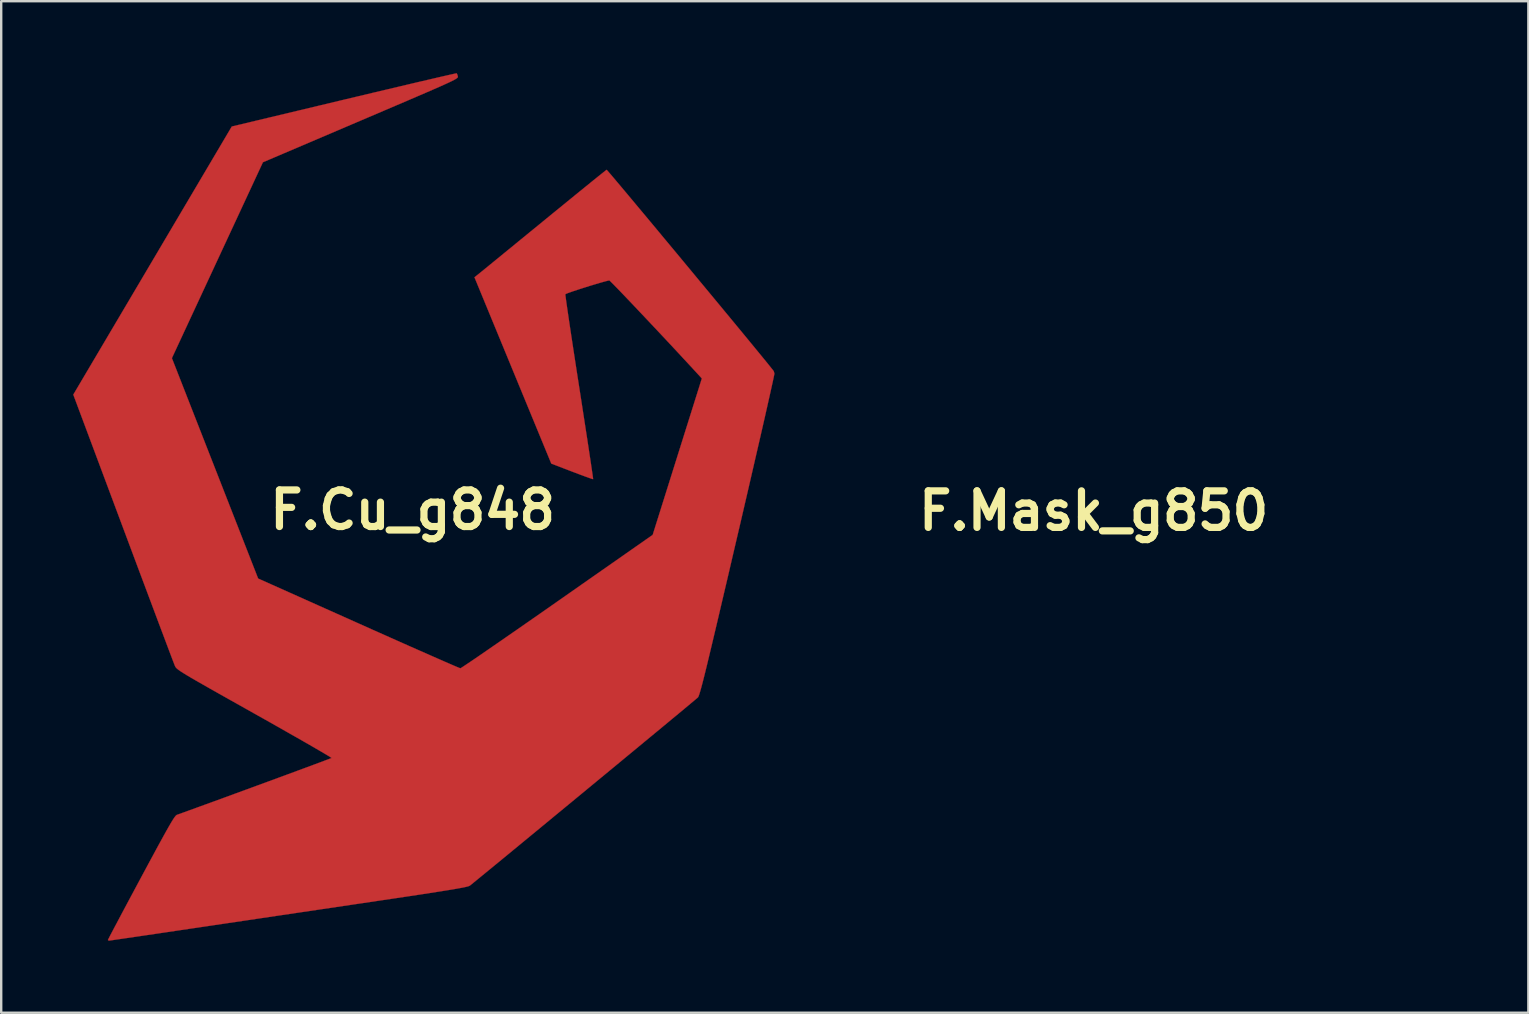
<source format=kicad_pcb>
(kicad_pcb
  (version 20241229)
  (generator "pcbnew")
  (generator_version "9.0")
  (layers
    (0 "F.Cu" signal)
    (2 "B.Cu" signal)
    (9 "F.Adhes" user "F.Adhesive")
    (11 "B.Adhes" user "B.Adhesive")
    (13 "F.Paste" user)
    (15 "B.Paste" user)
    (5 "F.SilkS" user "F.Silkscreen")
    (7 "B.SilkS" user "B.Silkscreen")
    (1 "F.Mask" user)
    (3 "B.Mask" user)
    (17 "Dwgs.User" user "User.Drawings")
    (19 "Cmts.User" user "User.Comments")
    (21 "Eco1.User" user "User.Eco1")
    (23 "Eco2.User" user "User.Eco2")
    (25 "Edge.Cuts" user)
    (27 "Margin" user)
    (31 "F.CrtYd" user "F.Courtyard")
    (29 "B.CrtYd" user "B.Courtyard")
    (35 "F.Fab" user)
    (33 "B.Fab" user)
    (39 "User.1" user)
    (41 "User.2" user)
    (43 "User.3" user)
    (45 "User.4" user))
  (footprint "F.Mask_g850"
    (layer "F.Cu")
    (at 42.534 18.243)
    (property "Reference" "F.Mask_g850" (at 0 0 0) (layer "F.SilkS") (effects (font (size 1.524 1.524) (thickness 0.3))))
    (attr through_hole)
    (fp_poly (pts (xy 10.718 -14.541) (xy 12.915 -10.15) (xy 15.112 -5.759) (xy 14.993 -5.698) (xy 14.875 -5.636) (xy 11.473 -9.718) (xy 11.048 -10.228) (xy 10.638 -10.72) (xy 10.246 -11.189) (xy 9.876 -11.632) (xy 9.53 -12.045) (xy 9.212 -12.424) (xy 8.926 -12.765) (xy 8.674 -13.065) (xy 8.459 -13.319) (xy 8.286 -13.523) (xy 8.157 -13.674) (xy 8.076 -13.768) (xy 8.045 -13.801) (xy 8.045 -13.801) (xy 8.008 -13.775) (xy 7.912 -13.7) (xy 7.763 -13.581) (xy 7.567 -13.424) (xy 7.33 -13.232) (xy 7.058 -13.012) (xy 6.758 -12.768) (xy 6.434 -12.505) (xy 6.095 -12.228) (xy 5.744 -11.943) (xy 5.39 -11.653) (xy 5.037 -11.365) (xy 4.693 -11.083) (xy 4.362 -10.812) (xy 4.052 -10.557) (xy 3.768 -10.323) (xy 3.516 -10.115) (xy 3.303 -9.938) (xy 3.134 -9.797) (xy 3.016 -9.697) (xy 2.955 -9.644) (xy 2.948 -9.636) (xy 2.957 -9.587) (xy 2.999 -9.462) (xy 3.073 -9.26) (xy 3.179 -8.985) (xy 3.316 -8.636) (xy 3.484 -8.215) (xy 3.682 -7.723) (xy 3.91 -7.162) (xy 4.168 -6.532) (xy 4.445 -5.858) (xy 5.978 -2.132) (xy 6.572 -1.912) (xy 6.78 -1.836) (xy 6.959 -1.773) (xy 7.094 -1.73) (xy 7.172 -1.709) (xy 7.184 -1.709) (xy 7.18 -1.752) (xy 7.164 -1.874) (xy 7.137 -2.066) (xy 7.099 -2.325) (xy 7.052 -2.643) (xy 6.996 -3.015) (xy 6.933 -3.434) (xy 6.862 -3.895) (xy 6.786 -4.391) (xy 6.705 -4.917) (xy 6.628 -5.411) (xy 6.542 -5.959) (xy 6.461 -6.485) (xy 6.384 -6.981) (xy 6.313 -7.441) (xy 6.248 -7.86) (xy 6.192 -8.231) (xy 6.143 -8.548) (xy 6.104 -8.805) (xy 6.076 -8.996) (xy 6.059 -9.115) (xy 6.054 -9.155) (xy 6.085 -9.185) (xy 6.182 -9.23) (xy 6.347 -9.291) (xy 6.585 -9.37) (xy 6.899 -9.469) (xy 7.131 -9.539) (xy 7.421 -9.626) (xy 7.686 -9.704) (xy 7.915 -9.77) (xy 8.097 -9.82) (xy 8.219 -9.853) (xy 8.271 -9.864) (xy 8.309 -9.833) (xy 8.401 -9.746) (xy 8.54 -9.607) (xy 8.723 -9.42) (xy 8.943 -9.192) (xy 9.198 -8.926) (xy 9.481 -8.628) (xy 9.788 -8.303) (xy 10.114 -7.956) (xy 10.344 -7.711) (xy 12.354 -5.558) (xy 11.297 -2.197) (xy 11.128 -1.66) (xy 10.966 -1.152) (xy 10.814 -0.677) (xy 10.674 -0.242) (xy 10.547 0.148) (xy 10.435 0.487) (xy 10.34 0.77) (xy 10.263 0.991) (xy 10.208 1.144) (xy 10.175 1.224) (xy 10.168 1.235) (xy 10.127 1.265) (xy 10.022 1.34) (xy 9.858 1.457) (xy 9.641 1.61) (xy 9.375 1.797) (xy 9.066 2.014) (xy 8.72 2.257) (xy 8.341 2.522) (xy 7.936 2.807) (xy 7.508 3.106) (xy 7.065 3.416) (xy 6.61 3.734) (xy 6.149 4.056) (xy 5.688 4.378) (xy 5.232 4.697) (xy 4.786 5.008) (xy 4.356 5.308) (xy 3.946 5.594) (xy 3.563 5.861) (xy 3.211 6.106) (xy 2.895 6.325) (xy 2.622 6.515) (xy 2.396 6.672) (xy 2.222 6.791) (xy 2.107 6.87) (xy 2.054 6.905) (xy 2.053 6.906) (xy 2.01 6.892) (xy 1.894 6.845) (xy 1.711 6.769) (xy 1.465 6.664) (xy 1.163 6.533) (xy 0.808 6.378) (xy 0.405 6.201) (xy -0.04 6.006) (xy -0.523 5.792) (xy -1.038 5.564) (xy -1.58 5.322) (xy -2.146 5.07) (xy -2.286 5.007) (xy -2.857 4.752) (xy -3.406 4.506) (xy -3.929 4.271) (xy -4.42 4.049) (xy -4.875 3.844) (xy -5.289 3.656) (xy -5.657 3.489) (xy -5.973 3.345) (xy -6.234 3.225) (xy -6.433 3.132) (xy -6.565 3.069) (xy -6.627 3.038) (xy -6.631 3.035) (xy -6.653 2.989) (xy -6.703 2.87) (xy -6.78 2.683) (xy -6.88 2.436) (xy -7 2.134) (xy -7.14 1.783) (xy -7.296 1.389) (xy -7.467 0.958) (xy -7.649 0.496) (xy -7.841 0.008) (xy -8.039 -0.498) (xy -8.243 -1.018) (xy -8.449 -1.545) (xy -8.655 -2.073) (xy -8.86 -2.597) (xy -9.059 -3.11) (xy -9.252 -3.606) (xy -9.436 -4.079) (xy -9.608 -4.524) (xy -9.766 -4.935) (xy -9.908 -5.305) (xy -10.032 -5.629) (xy -10.135 -5.9) (xy -10.214 -6.112) (xy -10.268 -6.261) (xy -10.295 -6.339) (xy -10.297 -6.349) (xy -10.279 -6.397) (xy -10.227 -6.516) (xy -10.145 -6.699) (xy -10.035 -6.94) (xy -9.901 -7.234) (xy -9.745 -7.573) (xy -9.571 -7.953) (xy -9.38 -8.366) (xy -9.176 -8.808) (xy -8.961 -9.271) (xy -8.739 -9.749) (xy -8.512 -10.238) (xy -8.283 -10.729) (xy -8.056 -11.218) (xy -7.832 -11.698) (xy -7.614 -12.164) (xy -7.406 -12.608) (xy -7.21 -13.025) (xy -7.03 -13.409) (xy -6.867 -13.754) (xy -6.726 -14.053) (xy -6.607 -14.301) (xy -6.516 -14.491) (xy -6.453 -14.618) (xy -6.423 -14.675) (xy -6.422 -14.677) (xy -6.377 -14.7) (xy -6.259 -14.754) (xy -6.073 -14.837) (xy -5.825 -14.946) (xy -5.52 -15.079) (xy -5.163 -15.234) (xy -4.758 -15.409) (xy -4.312 -15.601) (xy -3.829 -15.809) (xy -3.315 -16.029) (xy -2.774 -16.261) (xy -2.253 -16.483) (xy 1.865 -18.238) (xy 10.718 -14.541)) (stroke (width 0.01) (type solid)) (fill yes) (layer "F.Mask")))
  (footprint "F.Cu_g848"
    (layer "F.Cu")
    (at 14.149 18.206)
    (property "Reference" "F.Cu_g848" (at 0 0 0) (layer "F.SilkS") (effects (font (size 1.524 1.524) (thickness 0.3))))
    (attr through_hole)
    (fp_poly (pts (xy 1.86 -18.15) (xy 1.883 -18.075) (xy 1.886 -18.058) (xy 1.883 -18.04) (xy 1.87 -18.019) (xy 1.842 -17.995) (xy 1.796 -17.964) (xy 1.726 -17.925) (xy 1.629 -17.875) (xy 1.499 -17.813) (xy 1.333 -17.737) (xy 1.127 -17.644) (xy 0.875 -17.534) (xy 0.573 -17.403) (xy 0.218 -17.25) (xy -0.195 -17.072) (xy -0.671 -16.869) (xy -1.214 -16.637) (xy -1.828 -16.375) (xy -2.166 -16.231) (xy -6.241 -14.493) (xy -8.138 -10.411) (xy -10.035 -6.329) (xy -8.237 -1.736) (xy -6.44 2.857) (xy -2.257 4.728) (xy -1.694 4.98) (xy -1.152 5.221) (xy -0.637 5.451) (xy -0.152 5.666) (xy 0.296 5.864) (xy 0.702 6.043) (xy 1.063 6.202) (xy 1.371 6.337) (xy 1.623 6.446) (xy 1.813 6.528) (xy 1.937 6.579) (xy 1.989 6.598) (xy 1.99 6.599) (xy 2.032 6.575) (xy 2.139 6.505) (xy 2.307 6.393) (xy 2.531 6.242) (xy 2.806 6.054) (xy 3.128 5.832) (xy 3.494 5.58) (xy 3.897 5.301) (xy 4.335 4.998) (xy 4.802 4.673) (xy 5.294 4.331) (xy 5.807 3.973) (xy 6.029 3.817) (xy 10.005 1.037) (xy 12.054 -5.482) (xy 11.879 -5.673) (xy 11.613 -5.962) (xy 11.326 -6.271) (xy 11.025 -6.596) (xy 10.714 -6.929) (xy 10.399 -7.266) (xy 10.085 -7.6) (xy 9.778 -7.926) (xy 9.482 -8.239) (xy 9.205 -8.532) (xy 8.95 -8.8) (xy 8.724 -9.037) (xy 8.531 -9.237) (xy 8.377 -9.395) (xy 8.267 -9.505) (xy 8.208 -9.561) (xy 8.199 -9.568) (xy 8.13 -9.556) (xy 8 -9.522) (xy 7.821 -9.472) (xy 7.609 -9.409) (xy 7.377 -9.339) (xy 7.14 -9.264) (xy 6.911 -9.191) (xy 6.705 -9.123) (xy 6.536 -9.064) (xy 6.418 -9.02) (xy 6.365 -8.994) (xy 6.364 -8.993) (xy 6.368 -8.945) (xy 6.384 -8.819) (xy 6.411 -8.621) (xy 6.449 -8.358) (xy 6.496 -8.035) (xy 6.552 -7.658) (xy 6.616 -7.233) (xy 6.687 -6.767) (xy 6.764 -6.264) (xy 6.846 -5.731) (xy 6.933 -5.174) (xy 6.941 -5.122) (xy 7.028 -4.564) (xy 7.11 -4.03) (xy 7.188 -3.526) (xy 7.26 -3.059) (xy 7.325 -2.633) (xy 7.382 -2.255) (xy 7.431 -1.93) (xy 7.47 -1.665) (xy 7.499 -1.465) (xy 7.517 -1.337) (xy 7.522 -1.286) (xy 7.522 -1.285) (xy 7.48 -1.295) (xy 7.371 -1.332) (xy 7.206 -1.391) (xy 6.997 -1.468) (xy 6.754 -1.56) (xy 6.643 -1.602) (xy 5.779 -1.933) (xy 4.178 -5.816) (xy 2.577 -9.699) (xy 2.691 -9.789) (xy 2.741 -9.829) (xy 2.852 -9.919) (xy 3.018 -10.054) (xy 3.233 -10.23) (xy 3.494 -10.443) (xy 3.793 -10.688) (xy 4.128 -10.961) (xy 4.491 -11.259) (xy 4.879 -11.576) (xy 5.286 -11.908) (xy 5.435 -12.03) (xy 5.844 -12.365) (xy 6.235 -12.683) (xy 6.601 -12.982) (xy 6.938 -13.257) (xy 7.242 -13.503) (xy 7.506 -13.718) (xy 7.727 -13.896) (xy 7.9 -14.034) (xy 8.019 -14.129) (xy 8.079 -14.175) (xy 8.086 -14.179) (xy 8.117 -14.147) (xy 8.197 -14.054) (xy 8.324 -13.905) (xy 8.493 -13.705) (xy 8.701 -13.458) (xy 8.942 -13.17) (xy 9.214 -12.845) (xy 9.513 -12.487) (xy 9.834 -12.102) (xy 10.175 -11.693) (xy 10.529 -11.267) (xy 10.895 -10.827) (xy 11.268 -10.378) (xy 11.644 -9.925) (xy 12.019 -9.472) (xy 12.39 -9.025) (xy 12.752 -8.588) (xy 13.101 -8.166) (xy 13.434 -7.763) (xy 13.747 -7.384) (xy 14.035 -7.034) (xy 14.295 -6.717) (xy 14.524 -6.439) (xy 14.716 -6.204) (xy 14.868 -6.016) (xy 14.977 -5.881) (xy 15.038 -5.803) (xy 15.051 -5.784) (xy 15.073 -5.704) (xy 15.078 -5.694) (xy 15.072 -5.648) (xy 15.047 -5.525) (xy 15.005 -5.328) (xy 14.946 -5.062) (xy 14.872 -4.731) (xy 14.784 -4.339) (xy 14.683 -3.891) (xy 14.569 -3.391) (xy 14.443 -2.843) (xy 14.307 -2.253) (xy 14.162 -1.624) (xy 14.009 -0.96) (xy 13.848 -0.267) (xy 13.681 0.453) (xy 13.545 1.034) (xy 13.339 1.916) (xy 13.152 2.719) (xy 12.981 3.446) (xy 12.827 4.103) (xy 12.689 4.691) (xy 12.565 5.214) (xy 12.455 5.678) (xy 12.358 6.083) (xy 12.273 6.436) (xy 12.199 6.738) (xy 12.135 6.995) (xy 12.08 7.209) (xy 12.034 7.383) (xy 11.995 7.523) (xy 11.963 7.63) (xy 11.937 7.71) (xy 11.916 7.765) (xy 11.899 7.799) (xy 11.888 7.814) (xy 11.842 7.853) (xy 11.736 7.942) (xy 11.574 8.077) (xy 11.36 8.256) (xy 11.099 8.473) (xy 10.794 8.725) (xy 10.452 9.009) (xy 10.076 9.32) (xy 9.67 9.655) (xy 9.24 10.011) (xy 8.79 10.383) (xy 8.324 10.768) (xy 7.846 11.162) (xy 7.363 11.561) (xy 6.877 11.962) (xy 6.393 12.361) (xy 5.916 12.754) (xy 5.451 13.138) (xy 5.002 13.508) (xy 4.573 13.861) (xy 4.169 14.194) (xy 3.795 14.502) (xy 3.455 14.781) (xy 3.153 15.029) (xy 2.894 15.241) (xy 2.683 15.414) (xy 2.524 15.544) (xy 2.422 15.627) (xy 2.382 15.658) (xy 2.348 15.674) (xy 2.288 15.693) (xy 2.196 15.715) (xy 2.067 15.742) (xy 1.898 15.773) (xy 1.684 15.811) (xy 1.419 15.854) (xy 1.1 15.905) (xy 0.722 15.964) (xy 0.28 16.032) (xy -0.23 16.109) (xy -0.813 16.196) (xy -1.472 16.294) (xy -1.778 16.34) (xy -2.456 16.44) (xy -3.182 16.548) (xy -3.945 16.661) (xy -4.727 16.777) (xy -5.517 16.894) (xy -6.298 17.01) (xy -7.057 17.123) (xy -7.78 17.23) (xy -8.452 17.33) (xy -9.058 17.42) (xy -9.222 17.444) (xy -9.749 17.522) (xy -10.252 17.597) (xy -10.724 17.667) (xy -11.16 17.731) (xy -11.552 17.789) (xy -11.896 17.839) (xy -12.183 17.881) (xy -12.409 17.914) (xy -12.567 17.937) (xy -12.65 17.948) (xy -12.662 17.949) (xy -12.699 17.926) (xy -12.7 17.921) (xy -12.68 17.88) (xy -12.624 17.77) (xy -12.534 17.598) (xy -12.414 17.37) (xy -12.266 17.092) (xy -12.095 16.769) (xy -11.903 16.409) (xy -11.693 16.016) (xy -11.469 15.598) (xy -11.32 15.32) (xy -11.045 14.808) (xy -10.806 14.365) (xy -10.602 13.988) (xy -10.428 13.671) (xy -10.283 13.409) (xy -10.163 13.197) (xy -10.066 13.03) (xy -9.989 12.904) (xy -9.929 12.814) (xy -9.883 12.754) (xy -9.848 12.72) (xy -9.828 12.708) (xy -9.602 12.627) (xy -9.323 12.526) (xy -8.999 12.408) (xy -8.636 12.276) (xy -8.242 12.133) (xy -7.823 11.98) (xy -7.388 11.82) (xy -6.942 11.657) (xy -6.493 11.492) (xy -6.048 11.329) (xy -5.614 11.169) (xy -5.199 11.016) (xy -4.809 10.872) (xy -4.451 10.74) (xy -4.133 10.622) (xy -3.861 10.521) (xy -3.644 10.439) (xy -3.486 10.38) (xy -3.397 10.345) (xy -3.379 10.338) (xy -3.411 10.313) (xy -3.511 10.25) (xy -3.675 10.152) (xy -3.897 10.022) (xy -4.172 9.862) (xy -4.495 9.676) (xy -4.861 9.467) (xy -5.264 9.238) (xy -5.699 8.991) (xy -6.161 8.73) (xy -6.592 8.488) (xy -7.155 8.171) (xy -7.65 7.893) (xy -8.08 7.651) (xy -8.45 7.442) (xy -8.764 7.263) (xy -9.028 7.112) (xy -9.247 6.985) (xy -9.424 6.88) (xy -9.564 6.794) (xy -9.672 6.724) (xy -9.753 6.668) (xy -9.811 6.622) (xy -9.852 6.584) (xy -9.879 6.552) (xy -9.897 6.521) (xy -9.908 6.498) (xy -9.931 6.439) (xy -9.983 6.305) (xy -10.06 6.101) (xy -10.162 5.832) (xy -10.286 5.502) (xy -10.431 5.116) (xy -10.596 4.679) (xy -10.777 4.195) (xy -10.974 3.669) (xy -11.185 3.106) (xy -11.409 2.51) (xy -11.642 1.886) (xy -11.884 1.239) (xy -12.063 0.76) (xy -14.144 -4.808) (xy -10.841 -10.395) (xy -7.538 -15.983) (xy -2.86 -17.101) (xy -2.246 -17.247) (xy -1.656 -17.388) (xy -1.094 -17.521) (xy -0.565 -17.646) (xy -0.075 -17.762) (xy 0.37 -17.867) (xy 0.767 -17.959) (xy 1.109 -18.039) (xy 1.392 -18.104) (xy 1.61 -18.153) (xy 1.758 -18.186) (xy 1.83 -18.2) (xy 1.837 -18.201) (xy 1.86 -18.15)) (stroke (width 0.01) (type solid)) (fill yes) (layer "F.Cu")))
  (gr_rect
    (start -3 -3)
    (end 60.652 39.16)
    (stroke (width 0.1) (type default))
    (fill no)
    (layer "Edge.Cuts")))
</source>
